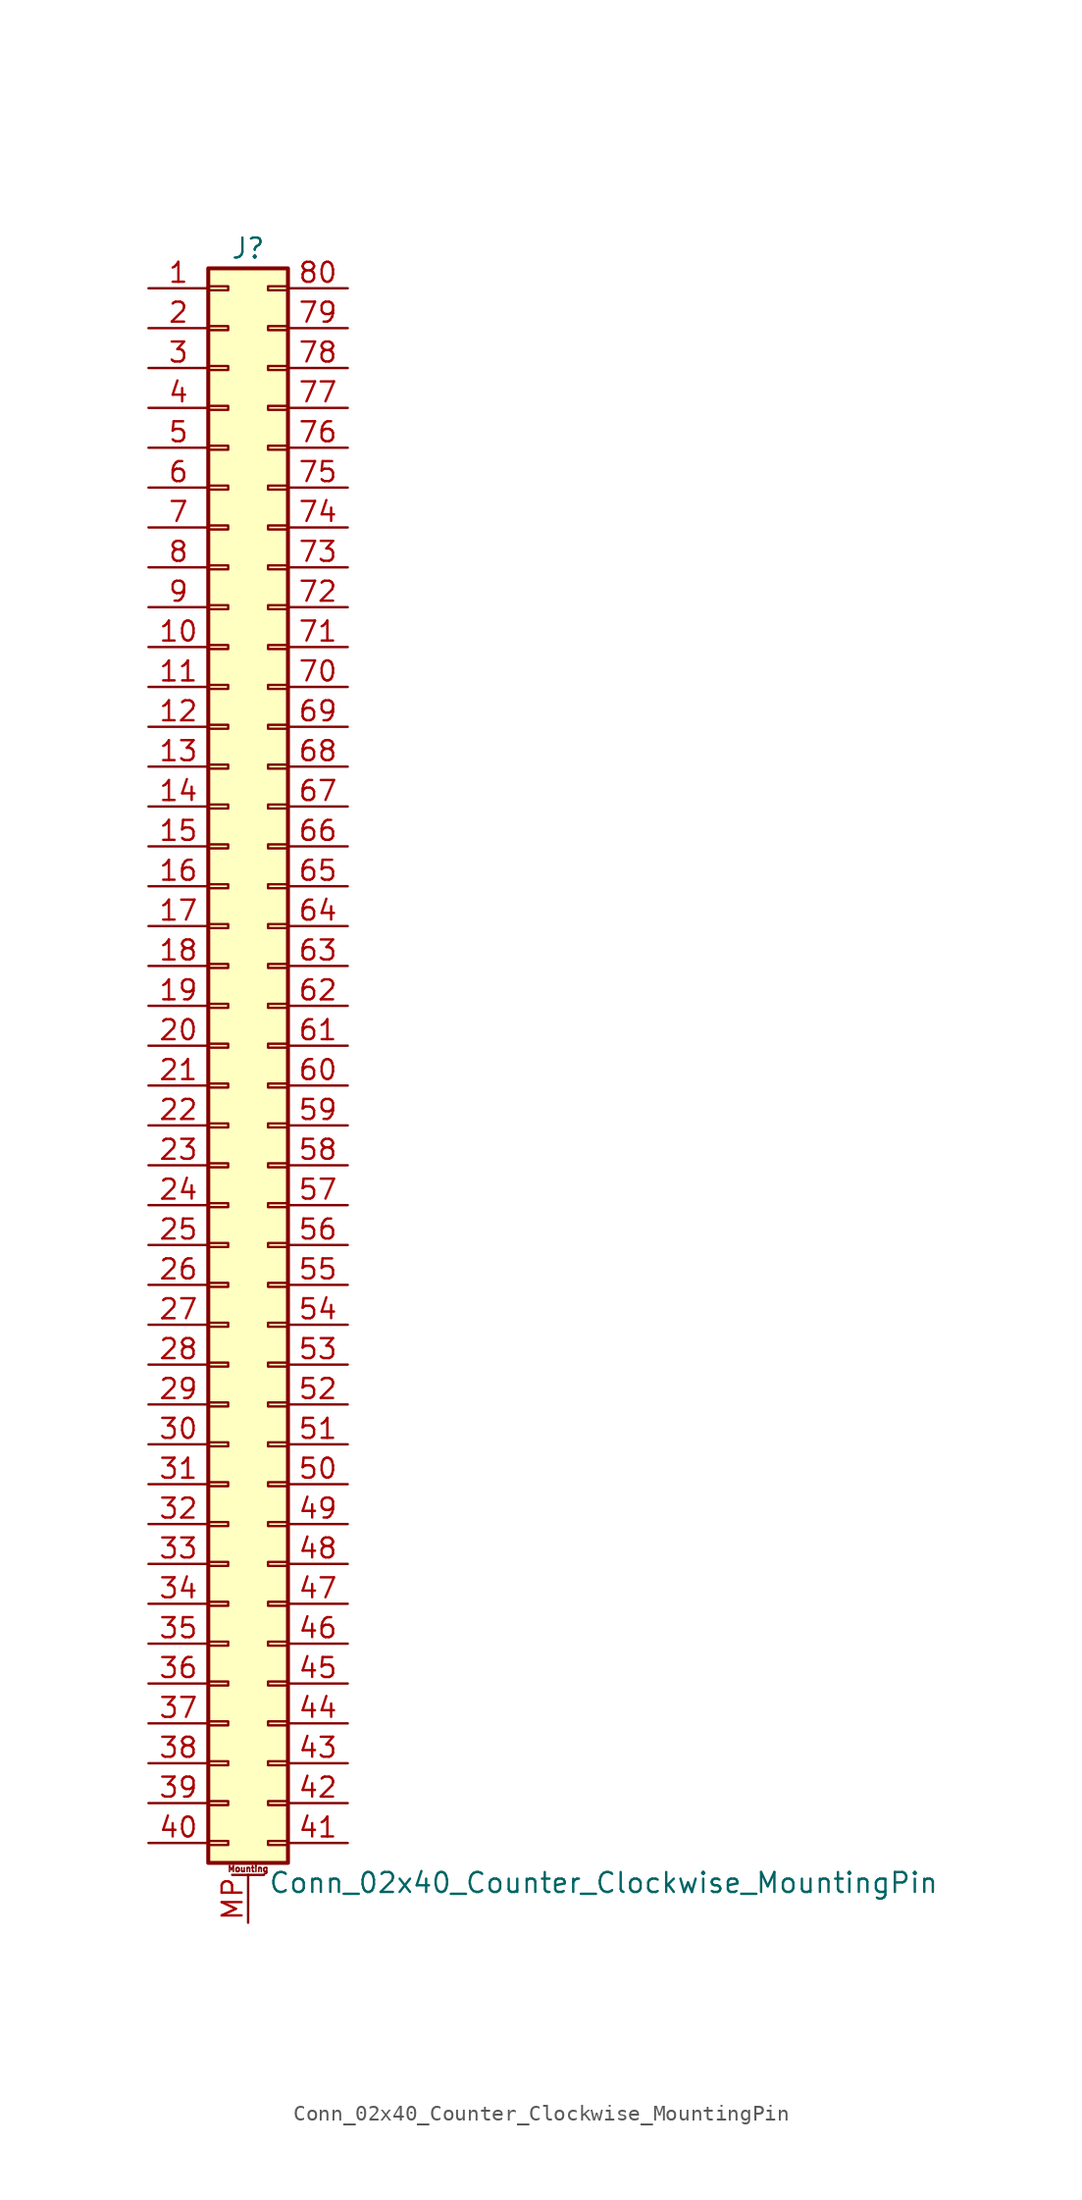
<source format=kicad_sym>
(kicad_symbol_lib
  (version 20201005)
  (generator kicad_symbol_editor)
  (symbol "Conn_02x40_Counter_Clockwise_MountingPin"
    (pin_names
      (offset 1.016) hide)
    (property "Reference" "J"
      (at 1.27 50.8 0)
      (effects (font (size 1.27 1.27))))
    (property "Value" "Conn_02x40_Counter_Clockwise_MountingPin"
      (at 2.54 -53.34 0)
      (effects (font (size 1.27 1.27)) (justify left)))
    (symbol "Conn_02x40_Counter_Clockwise_MountingPin_1_1"
      (text "Mounting" (at 1.27 -52.451 0) (effects (font (size 0.381 0.381))))
      (rectangle (start -1.27 -50.673) (end 0 -50.927) (stroke (width 0.152)) (fill (type none)))
      (rectangle (start -1.27 -48.133) (end 0 -48.387) (stroke (width 0.152)) (fill (type none)))
      (rectangle (start -1.27 -45.593) (end 0 -45.847) (stroke (width 0.152)) (fill (type none)))
      (rectangle (start -1.27 -43.053) (end 0 -43.307) (stroke (width 0.152)) (fill (type none)))
      (rectangle (start -1.27 -40.513) (end 0 -40.767) (stroke (width 0.152)) (fill (type none)))
      (rectangle (start -1.27 -37.973) (end 0 -38.227) (stroke (width 0.152)) (fill (type none)))
      (rectangle (start -1.27 -35.433) (end 0 -35.687) (stroke (width 0.152)) (fill (type none)))
      (rectangle (start -1.27 -32.893) (end 0 -33.147) (stroke (width 0.152)) (fill (type none)))
      (rectangle (start -1.27 -30.353) (end 0 -30.607) (stroke (width 0.152)) (fill (type none)))
      (rectangle (start -1.27 -27.813) (end 0 -28.067) (stroke (width 0.152)) (fill (type none)))
      (rectangle (start -1.27 -25.273) (end 0 -25.527) (stroke (width 0.152)) (fill (type none)))
      (rectangle (start -1.27 -22.733) (end 0 -22.987) (stroke (width 0.152)) (fill (type none)))
      (rectangle (start -1.27 -20.193) (end 0 -20.447) (stroke (width 0.152)) (fill (type none)))
      (rectangle (start -1.27 -17.653) (end 0 -17.907) (stroke (width 0.152)) (fill (type none)))
      (rectangle (start -1.27 -15.113) (end 0 -15.367) (stroke (width 0.152)) (fill (type none)))
      (rectangle (start -1.27 -12.573) (end 0 -12.827) (stroke (width 0.152)) (fill (type none)))
      (rectangle (start -1.27 -10.033) (end 0 -10.287) (stroke (width 0.152)) (fill (type none)))
      (rectangle (start -1.27 -7.493) (end 0 -7.747) (stroke (width 0.152)) (fill (type none)))
      (rectangle (start -1.27 -4.953) (end 0 -5.207) (stroke (width 0.152)) (fill (type none)))
      (rectangle (start -1.27 -2.413) (end 0 -2.667) (stroke (width 0.152)) (fill (type none)))
      (rectangle (start -1.27 0.127) (end 0 -0.127) (stroke (width 0.152)) (fill (type none)))
      (rectangle (start -1.27 2.667) (end 0 2.413) (stroke (width 0.152)) (fill (type none)))
      (rectangle (start -1.27 5.207) (end 0 4.953) (stroke (width 0.152)) (fill (type none)))
      (rectangle (start -1.27 7.747) (end 0 7.493) (stroke (width 0.152)) (fill (type none)))
      (rectangle (start -1.27 10.287) (end 0 10.033) (stroke (width 0.152)) (fill (type none)))
      (rectangle (start -1.27 12.827) (end 0 12.573) (stroke (width 0.152)) (fill (type none)))
      (rectangle (start -1.27 15.367) (end 0 15.113) (stroke (width 0.152)) (fill (type none)))
      (rectangle (start -1.27 17.907) (end 0 17.653) (stroke (width 0.152)) (fill (type none)))
      (rectangle (start -1.27 20.447) (end 0 20.193) (stroke (width 0.152)) (fill (type none)))
      (rectangle (start -1.27 22.987) (end 0 22.733) (stroke (width 0.152)) (fill (type none)))
      (rectangle (start -1.27 25.527) (end 0 25.273) (stroke (width 0.152)) (fill (type none)))
      (rectangle (start -1.27 28.067) (end 0 27.813) (stroke (width 0.152)) (fill (type none)))
      (rectangle (start -1.27 30.607) (end 0 30.353) (stroke (width 0.152)) (fill (type none)))
      (rectangle (start -1.27 33.147) (end 0 32.893) (stroke (width 0.152)) (fill (type none)))
      (rectangle (start -1.27 35.687) (end 0 35.433) (stroke (width 0.152)) (fill (type none)))
      (rectangle (start -1.27 38.227) (end 0 37.973) (stroke (width 0.152)) (fill (type none)))
      (rectangle (start -1.27 40.767) (end 0 40.513) (stroke (width 0.152)) (fill (type none)))
      (rectangle (start -1.27 43.307) (end 0 43.053) (stroke (width 0.152)) (fill (type none)))
      (rectangle (start -1.27 45.847) (end 0 45.593) (stroke (width 0.152)) (fill (type none)))
      (rectangle (start -1.27 48.387) (end 0 48.133) (stroke (width 0.152)) (fill (type none)))
      (rectangle (start 3.81 -50.673) (end 2.54 -50.927) (stroke (width 0.152)) (fill (type none)))
      (rectangle (start 3.81 -48.133) (end 2.54 -48.387) (stroke (width 0.152)) (fill (type none)))
      (rectangle (start 3.81 -45.593) (end 2.54 -45.847) (stroke (width 0.152)) (fill (type none)))
      (rectangle (start 3.81 -43.053) (end 2.54 -43.307) (stroke (width 0.152)) (fill (type none)))
      (rectangle (start 3.81 -40.513) (end 2.54 -40.767) (stroke (width 0.152)) (fill (type none)))
      (rectangle (start 3.81 -37.973) (end 2.54 -38.227) (stroke (width 0.152)) (fill (type none)))
      (rectangle (start 3.81 -35.433) (end 2.54 -35.687) (stroke (width 0.152)) (fill (type none)))
      (rectangle (start 3.81 -32.893) (end 2.54 -33.147) (stroke (width 0.152)) (fill (type none)))
      (rectangle (start 3.81 -30.353) (end 2.54 -30.607) (stroke (width 0.152)) (fill (type none)))
      (rectangle (start 3.81 -27.813) (end 2.54 -28.067) (stroke (width 0.152)) (fill (type none)))
      (rectangle (start 3.81 -25.273) (end 2.54 -25.527) (stroke (width 0.152)) (fill (type none)))
      (rectangle (start 3.81 -22.733) (end 2.54 -22.987) (stroke (width 0.152)) (fill (type none)))
      (rectangle (start 3.81 -20.193) (end 2.54 -20.447) (stroke (width 0.152)) (fill (type none)))
      (rectangle (start 3.81 -17.653) (end 2.54 -17.907) (stroke (width 0.152)) (fill (type none)))
      (rectangle (start 3.81 -15.113) (end 2.54 -15.367) (stroke (width 0.152)) (fill (type none)))
      (rectangle (start 3.81 -12.573) (end 2.54 -12.827) (stroke (width 0.152)) (fill (type none)))
      (rectangle (start 3.81 -10.033) (end 2.54 -10.287) (stroke (width 0.152)) (fill (type none)))
      (rectangle (start 3.81 -7.493) (end 2.54 -7.747) (stroke (width 0.152)) (fill (type none)))
      (rectangle (start 3.81 -4.953) (end 2.54 -5.207) (stroke (width 0.152)) (fill (type none)))
      (rectangle (start 3.81 -2.413) (end 2.54 -2.667) (stroke (width 0.152)) (fill (type none)))
      (rectangle (start 3.81 0.127) (end 2.54 -0.127) (stroke (width 0.152)) (fill (type none)))
      (rectangle (start 3.81 2.667) (end 2.54 2.413) (stroke (width 0.152)) (fill (type none)))
      (rectangle (start 3.81 5.207) (end 2.54 4.953) (stroke (width 0.152)) (fill (type none)))
      (rectangle (start 3.81 7.747) (end 2.54 7.493) (stroke (width 0.152)) (fill (type none)))
      (rectangle (start 3.81 10.287) (end 2.54 10.033) (stroke (width 0.152)) (fill (type none)))
      (rectangle (start 3.81 12.827) (end 2.54 12.573) (stroke (width 0.152)) (fill (type none)))
      (rectangle (start 3.81 15.367) (end 2.54 15.113) (stroke (width 0.152)) (fill (type none)))
      (rectangle (start 3.81 17.907) (end 2.54 17.653) (stroke (width 0.152)) (fill (type none)))
      (rectangle (start 3.81 20.447) (end 2.54 20.193) (stroke (width 0.152)) (fill (type none)))
      (rectangle (start 3.81 22.987) (end 2.54 22.733) (stroke (width 0.152)) (fill (type none)))
      (rectangle (start 3.81 25.527) (end 2.54 25.273) (stroke (width 0.152)) (fill (type none)))
      (rectangle (start 3.81 28.067) (end 2.54 27.813) (stroke (width 0.152)) (fill (type none)))
      (rectangle (start 3.81 30.607) (end 2.54 30.353) (stroke (width 0.152)) (fill (type none)))
      (rectangle (start 3.81 33.147) (end 2.54 32.893) (stroke (width 0.152)) (fill (type none)))
      (rectangle (start 3.81 35.687) (end 2.54 35.433) (stroke (width 0.152)) (fill (type none)))
      (rectangle (start 3.81 38.227) (end 2.54 37.973) (stroke (width 0.152)) (fill (type none)))
      (rectangle (start 3.81 40.767) (end 2.54 40.513) (stroke (width 0.152)) (fill (type none)))
      (rectangle (start 3.81 43.307) (end 2.54 43.053) (stroke (width 0.152)) (fill (type none)))
      (rectangle (start 3.81 45.847) (end 2.54 45.593) (stroke (width 0.152)) (fill (type none)))
      (rectangle (start 3.81 48.387) (end 2.54 48.133) (stroke (width 0.152)) (fill (type none)))
      (rectangle (start -1.27 49.53) (end 3.81 -52.07) (stroke (width 0.254)) (fill (type background)))
      (polyline (pts (xy 0.254 -52.832) (xy 2.286 -52.832)) (stroke (width 0.152)) (fill (type none)))
      (pin passive line (at -5.08 48.26 0) (length 3.81) (name "Pin_1" (effects (font (size 1.27 1.27)))) (number "1" (effects (font (size 1.27 1.27)))))
      (pin passive line (at -5.08 25.4 0) (length 3.81) (name "Pin_10" (effects (font (size 1.27 1.27)))) (number "10" (effects (font (size 1.27 1.27)))))
      (pin passive line (at -5.08 22.86 0) (length 3.81) (name "Pin_11" (effects (font (size 1.27 1.27)))) (number "11" (effects (font (size 1.27 1.27)))))
      (pin passive line (at -5.08 20.32 0) (length 3.81) (name "Pin_12" (effects (font (size 1.27 1.27)))) (number "12" (effects (font (size 1.27 1.27)))))
      (pin passive line (at -5.08 17.78 0) (length 3.81) (name "Pin_13" (effects (font (size 1.27 1.27)))) (number "13" (effects (font (size 1.27 1.27)))))
      (pin passive line (at -5.08 15.24 0) (length 3.81) (name "Pin_14" (effects (font (size 1.27 1.27)))) (number "14" (effects (font (size 1.27 1.27)))))
      (pin passive line (at -5.08 12.7 0) (length 3.81) (name "Pin_15" (effects (font (size 1.27 1.27)))) (number "15" (effects (font (size 1.27 1.27)))))
      (pin passive line (at -5.08 10.16 0) (length 3.81) (name "Pin_16" (effects (font (size 1.27 1.27)))) (number "16" (effects (font (size 1.27 1.27)))))
      (pin passive line (at -5.08 7.62 0) (length 3.81) (name "Pin_17" (effects (font (size 1.27 1.27)))) (number "17" (effects (font (size 1.27 1.27)))))
      (pin passive line (at -5.08 5.08 0) (length 3.81) (name "Pin_18" (effects (font (size 1.27 1.27)))) (number "18" (effects (font (size 1.27 1.27)))))
      (pin passive line (at -5.08 2.54 0) (length 3.81) (name "Pin_19" (effects (font (size 1.27 1.27)))) (number "19" (effects (font (size 1.27 1.27)))))
      (pin passive line (at -5.08 45.72 0) (length 3.81) (name "Pin_2" (effects (font (size 1.27 1.27)))) (number "2" (effects (font (size 1.27 1.27)))))
      (pin passive line (at -5.08 0 0) (length 3.81) (name "Pin_20" (effects (font (size 1.27 1.27)))) (number "20" (effects (font (size 1.27 1.27)))))
      (pin passive line (at -5.08 -2.54 0) (length 3.81) (name "Pin_21" (effects (font (size 1.27 1.27)))) (number "21" (effects (font (size 1.27 1.27)))))
      (pin passive line (at -5.08 -5.08 0) (length 3.81) (name "Pin_22" (effects (font (size 1.27 1.27)))) (number "22" (effects (font (size 1.27 1.27)))))
      (pin passive line (at -5.08 -7.62 0) (length 3.81) (name "Pin_23" (effects (font (size 1.27 1.27)))) (number "23" (effects (font (size 1.27 1.27)))))
      (pin passive line (at -5.08 -10.16 0) (length 3.81) (name "Pin_24" (effects (font (size 1.27 1.27)))) (number "24" (effects (font (size 1.27 1.27)))))
      (pin passive line (at -5.08 -12.7 0) (length 3.81) (name "Pin_25" (effects (font (size 1.27 1.27)))) (number "25" (effects (font (size 1.27 1.27)))))
      (pin passive line (at -5.08 -15.24 0) (length 3.81) (name "Pin_26" (effects (font (size 1.27 1.27)))) (number "26" (effects (font (size 1.27 1.27)))))
      (pin passive line (at -5.08 -17.78 0) (length 3.81) (name "Pin_27" (effects (font (size 1.27 1.27)))) (number "27" (effects (font (size 1.27 1.27)))))
      (pin passive line (at -5.08 -20.32 0) (length 3.81) (name "Pin_28" (effects (font (size 1.27 1.27)))) (number "28" (effects (font (size 1.27 1.27)))))
      (pin passive line (at -5.08 -22.86 0) (length 3.81) (name "Pin_29" (effects (font (size 1.27 1.27)))) (number "29" (effects (font (size 1.27 1.27)))))
      (pin passive line (at -5.08 43.18 0) (length 3.81) (name "Pin_3" (effects (font (size 1.27 1.27)))) (number "3" (effects (font (size 1.27 1.27)))))
      (pin passive line (at -5.08 -25.4 0) (length 3.81) (name "Pin_30" (effects (font (size 1.27 1.27)))) (number "30" (effects (font (size 1.27 1.27)))))
      (pin passive line (at -5.08 -27.94 0) (length 3.81) (name "Pin_31" (effects (font (size 1.27 1.27)))) (number "31" (effects (font (size 1.27 1.27)))))
      (pin passive line (at -5.08 -30.48 0) (length 3.81) (name "Pin_32" (effects (font (size 1.27 1.27)))) (number "32" (effects (font (size 1.27 1.27)))))
      (pin passive line (at -5.08 -33.02 0) (length 3.81) (name "Pin_33" (effects (font (size 1.27 1.27)))) (number "33" (effects (font (size 1.27 1.27)))))
      (pin passive line (at -5.08 -35.56 0) (length 3.81) (name "Pin_34" (effects (font (size 1.27 1.27)))) (number "34" (effects (font (size 1.27 1.27)))))
      (pin passive line (at -5.08 -38.1 0) (length 3.81) (name "Pin_35" (effects (font (size 1.27 1.27)))) (number "35" (effects (font (size 1.27 1.27)))))
      (pin passive line (at -5.08 -40.64 0) (length 3.81) (name "Pin_36" (effects (font (size 1.27 1.27)))) (number "36" (effects (font (size 1.27 1.27)))))
      (pin passive line (at -5.08 -43.18 0) (length 3.81) (name "Pin_37" (effects (font (size 1.27 1.27)))) (number "37" (effects (font (size 1.27 1.27)))))
      (pin passive line (at -5.08 -45.72 0) (length 3.81) (name "Pin_38" (effects (font (size 1.27 1.27)))) (number "38" (effects (font (size 1.27 1.27)))))
      (pin passive line (at -5.08 -48.26 0) (length 3.81) (name "Pin_39" (effects (font (size 1.27 1.27)))) (number "39" (effects (font (size 1.27 1.27)))))
      (pin passive line (at -5.08 40.64 0) (length 3.81) (name "Pin_4" (effects (font (size 1.27 1.27)))) (number "4" (effects (font (size 1.27 1.27)))))
      (pin passive line (at -5.08 -50.8 0) (length 3.81) (name "Pin_40" (effects (font (size 1.27 1.27)))) (number "40" (effects (font (size 1.27 1.27)))))
      (pin passive line (at 7.62 -50.8 180) (length 3.81) (name "Pin_41" (effects (font (size 1.27 1.27)))) (number "41" (effects (font (size 1.27 1.27)))))
      (pin passive line (at 7.62 -48.26 180) (length 3.81) (name "Pin_42" (effects (font (size 1.27 1.27)))) (number "42" (effects (font (size 1.27 1.27)))))
      (pin passive line (at 7.62 -45.72 180) (length 3.81) (name "Pin_43" (effects (font (size 1.27 1.27)))) (number "43" (effects (font (size 1.27 1.27)))))
      (pin passive line (at 7.62 -43.18 180) (length 3.81) (name "Pin_44" (effects (font (size 1.27 1.27)))) (number "44" (effects (font (size 1.27 1.27)))))
      (pin passive line (at 7.62 -40.64 180) (length 3.81) (name "Pin_45" (effects (font (size 1.27 1.27)))) (number "45" (effects (font (size 1.27 1.27)))))
      (pin passive line (at 7.62 -38.1 180) (length 3.81) (name "Pin_46" (effects (font (size 1.27 1.27)))) (number "46" (effects (font (size 1.27 1.27)))))
      (pin passive line (at 7.62 -35.56 180) (length 3.81) (name "Pin_47" (effects (font (size 1.27 1.27)))) (number "47" (effects (font (size 1.27 1.27)))))
      (pin passive line (at 7.62 -33.02 180) (length 3.81) (name "Pin_48" (effects (font (size 1.27 1.27)))) (number "48" (effects (font (size 1.27 1.27)))))
      (pin passive line (at 7.62 -30.48 180) (length 3.81) (name "Pin_49" (effects (font (size 1.27 1.27)))) (number "49" (effects (font (size 1.27 1.27)))))
      (pin passive line (at -5.08 38.1 0) (length 3.81) (name "Pin_5" (effects (font (size 1.27 1.27)))) (number "5" (effects (font (size 1.27 1.27)))))
      (pin passive line (at 7.62 -27.94 180) (length 3.81) (name "Pin_50" (effects (font (size 1.27 1.27)))) (number "50" (effects (font (size 1.27 1.27)))))
      (pin passive line (at 7.62 -25.4 180) (length 3.81) (name "Pin_51" (effects (font (size 1.27 1.27)))) (number "51" (effects (font (size 1.27 1.27)))))
      (pin passive line (at 7.62 -22.86 180) (length 3.81) (name "Pin_52" (effects (font (size 1.27 1.27)))) (number "52" (effects (font (size 1.27 1.27)))))
      (pin passive line (at 7.62 -20.32 180) (length 3.81) (name "Pin_53" (effects (font (size 1.27 1.27)))) (number "53" (effects (font (size 1.27 1.27)))))
      (pin passive line (at 7.62 -17.78 180) (length 3.81) (name "Pin_54" (effects (font (size 1.27 1.27)))) (number "54" (effects (font (size 1.27 1.27)))))
      (pin passive line (at 7.62 -15.24 180) (length 3.81) (name "Pin_55" (effects (font (size 1.27 1.27)))) (number "55" (effects (font (size 1.27 1.27)))))
      (pin passive line (at 7.62 -12.7 180) (length 3.81) (name "Pin_56" (effects (font (size 1.27 1.27)))) (number "56" (effects (font (size 1.27 1.27)))))
      (pin passive line (at 7.62 -10.16 180) (length 3.81) (name "Pin_57" (effects (font (size 1.27 1.27)))) (number "57" (effects (font (size 1.27 1.27)))))
      (pin passive line (at 7.62 -7.62 180) (length 3.81) (name "Pin_58" (effects (font (size 1.27 1.27)))) (number "58" (effects (font (size 1.27 1.27)))))
      (pin passive line (at 7.62 -5.08 180) (length 3.81) (name "Pin_59" (effects (font (size 1.27 1.27)))) (number "59" (effects (font (size 1.27 1.27)))))
      (pin passive line (at -5.08 35.56 0) (length 3.81) (name "Pin_6" (effects (font (size 1.27 1.27)))) (number "6" (effects (font (size 1.27 1.27)))))
      (pin passive line (at 7.62 -2.54 180) (length 3.81) (name "Pin_60" (effects (font (size 1.27 1.27)))) (number "60" (effects (font (size 1.27 1.27)))))
      (pin passive line (at 7.62 0 180) (length 3.81) (name "Pin_61" (effects (font (size 1.27 1.27)))) (number "61" (effects (font (size 1.27 1.27)))))
      (pin passive line (at 7.62 2.54 180) (length 3.81) (name "Pin_62" (effects (font (size 1.27 1.27)))) (number "62" (effects (font (size 1.27 1.27)))))
      (pin passive line (at 7.62 5.08 180) (length 3.81) (name "Pin_63" (effects (font (size 1.27 1.27)))) (number "63" (effects (font (size 1.27 1.27)))))
      (pin passive line (at 7.62 7.62 180) (length 3.81) (name "Pin_64" (effects (font (size 1.27 1.27)))) (number "64" (effects (font (size 1.27 1.27)))))
      (pin passive line (at 7.62 10.16 180) (length 3.81) (name "Pin_65" (effects (font (size 1.27 1.27)))) (number "65" (effects (font (size 1.27 1.27)))))
      (pin passive line (at 7.62 12.7 180) (length 3.81) (name "Pin_66" (effects (font (size 1.27 1.27)))) (number "66" (effects (font (size 1.27 1.27)))))
      (pin passive line (at 7.62 15.24 180) (length 3.81) (name "Pin_67" (effects (font (size 1.27 1.27)))) (number "67" (effects (font (size 1.27 1.27)))))
      (pin passive line (at 7.62 17.78 180) (length 3.81) (name "Pin_68" (effects (font (size 1.27 1.27)))) (number "68" (effects (font (size 1.27 1.27)))))
      (pin passive line (at 7.62 20.32 180) (length 3.81) (name "Pin_69" (effects (font (size 1.27 1.27)))) (number "69" (effects (font (size 1.27 1.27)))))
      (pin passive line (at -5.08 33.02 0) (length 3.81) (name "Pin_7" (effects (font (size 1.27 1.27)))) (number "7" (effects (font (size 1.27 1.27)))))
      (pin passive line (at 7.62 22.86 180) (length 3.81) (name "Pin_70" (effects (font (size 1.27 1.27)))) (number "70" (effects (font (size 1.27 1.27)))))
      (pin passive line (at 7.62 25.4 180) (length 3.81) (name "Pin_71" (effects (font (size 1.27 1.27)))) (number "71" (effects (font (size 1.27 1.27)))))
      (pin passive line (at 7.62 27.94 180) (length 3.81) (name "Pin_72" (effects (font (size 1.27 1.27)))) (number "72" (effects (font (size 1.27 1.27)))))
      (pin passive line (at 7.62 30.48 180) (length 3.81) (name "Pin_73" (effects (font (size 1.27 1.27)))) (number "73" (effects (font (size 1.27 1.27)))))
      (pin passive line (at 7.62 33.02 180) (length 3.81) (name "Pin_74" (effects (font (size 1.27 1.27)))) (number "74" (effects (font (size 1.27 1.27)))))
      (pin passive line (at 7.62 35.56 180) (length 3.81) (name "Pin_75" (effects (font (size 1.27 1.27)))) (number "75" (effects (font (size 1.27 1.27)))))
      (pin passive line (at 7.62 38.1 180) (length 3.81) (name "Pin_76" (effects (font (size 1.27 1.27)))) (number "76" (effects (font (size 1.27 1.27)))))
      (pin passive line (at 7.62 40.64 180) (length 3.81) (name "Pin_77" (effects (font (size 1.27 1.27)))) (number "77" (effects (font (size 1.27 1.27)))))
      (pin passive line (at 7.62 43.18 180) (length 3.81) (name "Pin_78" (effects (font (size 1.27 1.27)))) (number "78" (effects (font (size 1.27 1.27)))))
      (pin passive line (at 7.62 45.72 180) (length 3.81) (name "Pin_79" (effects (font (size 1.27 1.27)))) (number "79" (effects (font (size 1.27 1.27)))))
      (pin passive line (at -5.08 30.48 0) (length 3.81) (name "Pin_8" (effects (font (size 1.27 1.27)))) (number "8" (effects (font (size 1.27 1.27)))))
      (pin passive line (at 7.62 48.26 180) (length 3.81) (name "Pin_80" (effects (font (size 1.27 1.27)))) (number "80" (effects (font (size 1.27 1.27)))))
      (pin passive line (at -5.08 27.94 0) (length 3.81) (name "Pin_9" (effects (font (size 1.27 1.27)))) (number "9" (effects (font (size 1.27 1.27)))))
      (pin passive line (at 1.27 -55.88 90) (length 3.048) (name "MountPin" (effects (font (size 1.27 1.27)))) (number "MP" (effects (font (size 1.27 1.27))))))))
</source>
